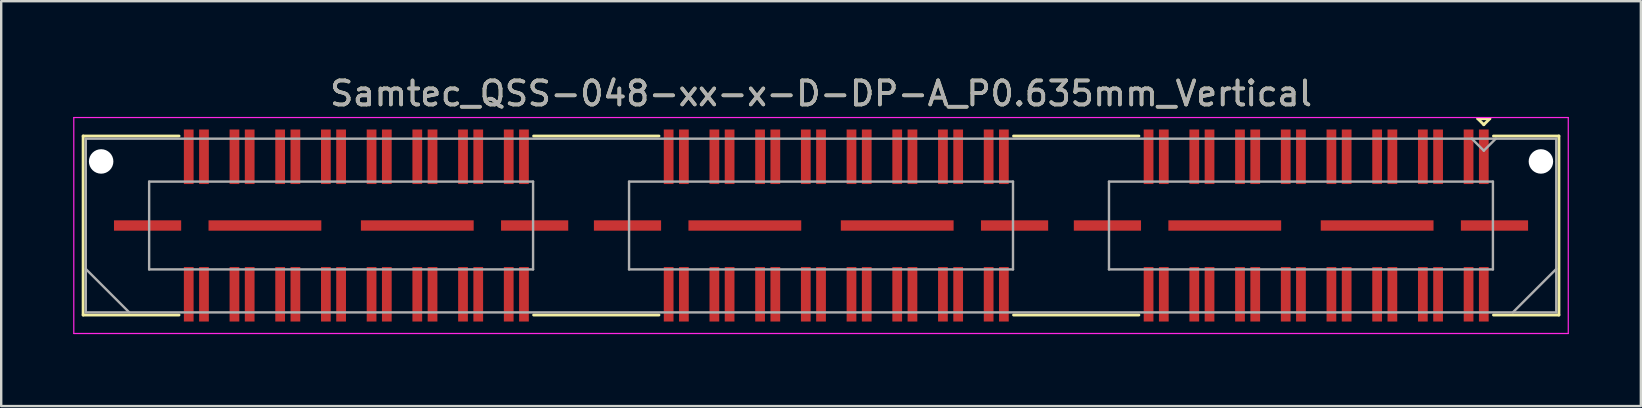
<source format=kicad_pcb>
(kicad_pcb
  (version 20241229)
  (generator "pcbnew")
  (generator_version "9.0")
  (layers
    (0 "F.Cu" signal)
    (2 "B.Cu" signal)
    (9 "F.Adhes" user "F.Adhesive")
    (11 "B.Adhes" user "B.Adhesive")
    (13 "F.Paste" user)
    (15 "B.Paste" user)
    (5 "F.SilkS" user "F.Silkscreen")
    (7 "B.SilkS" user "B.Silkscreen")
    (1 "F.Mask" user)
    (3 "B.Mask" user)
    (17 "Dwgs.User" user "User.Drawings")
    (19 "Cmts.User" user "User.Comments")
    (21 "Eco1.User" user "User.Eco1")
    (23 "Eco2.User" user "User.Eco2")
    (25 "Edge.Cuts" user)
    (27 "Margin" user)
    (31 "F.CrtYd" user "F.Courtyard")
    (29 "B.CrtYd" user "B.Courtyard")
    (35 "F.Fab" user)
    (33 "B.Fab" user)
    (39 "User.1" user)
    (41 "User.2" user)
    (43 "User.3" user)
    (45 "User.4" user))
  (footprint "Samtec_QSS-048-xx-x-D-DP-A_P0.635mm_Vertical"
    (layer "F.Cu")
    (at 31.165 6.348)
    (property "Reference" "Samtec_QSS-048-xx-x-D-DP-A_P0.635mm_Vertical" (at 0 -5.5 0) (layer "F.SilkS") (effects (font (size 1 1) (thickness 0.15))))
    (attr smd)
    (fp_line (start -30.75 -3.73) (end -26.753 -3.73) (stroke (width 0.12) (type solid)) (layer "F.SilkS"))
    (fp_line (start -30.75 3.73) (end -30.75 -3.73) (stroke (width 0.12) (type solid)) (layer "F.SilkS"))
    (fp_line (start -26.753 3.73) (end -30.75 3.73) (stroke (width 0.12) (type solid)) (layer "F.SilkS"))
    (fp_line (start -6.753 -3.73) (end -11.977 -3.73) (stroke (width 0.12) (type solid)) (layer "F.SilkS"))
    (fp_line (start -6.753 3.73) (end -11.977 3.73) (stroke (width 0.12) (type solid)) (layer "F.SilkS"))
    (fp_line (start 13.247 -3.73) (end 8.023 -3.73) (stroke (width 0.12) (type solid)) (layer "F.SilkS"))
    (fp_line (start 13.247 3.73) (end 8.023 3.73) (stroke (width 0.12) (type solid)) (layer "F.SilkS"))
    (fp_line (start 27.37 -4.452) (end 27.87 -4.452) (stroke (width 0.12) (type solid)) (layer "F.SilkS"))
    (fp_line (start 27.62 -4.202) (end 27.37 -4.452) (stroke (width 0.12) (type solid)) (layer "F.SilkS"))
    (fp_line (start 27.87 -4.452) (end 27.62 -4.202) (stroke (width 0.12) (type solid)) (layer "F.SilkS"))
    (fp_line (start 28.023 3.73) (end 30.75 3.73) (stroke (width 0.12) (type solid)) (layer "F.SilkS"))
    (fp_line (start 30.75 -3.73) (end 28.023 -3.73) (stroke (width 0.12) (type solid)) (layer "F.SilkS"))
    (fp_line (start 30.75 3.73) (end 30.75 -3.73) (stroke (width 0.12) (type solid)) (layer "F.SilkS"))
    (fp_line (start -31.14 -4.5) (end -31.14 4.5) (stroke (width 0.05) (type solid)) (layer "F.CrtYd"))
    (fp_line (start -31.14 4.5) (end 31.14 4.5) (stroke (width 0.05) (type solid)) (layer "F.CrtYd"))
    (fp_line (start 31.14 -4.5) (end -31.14 -4.5) (stroke (width 0.05) (type solid)) (layer "F.CrtYd"))
    (fp_line (start 31.14 4.5) (end 31.14 -4.5) (stroke (width 0.05) (type solid)) (layer "F.CrtYd"))
    (fp_line (start -30.64 -3.62) (end -30.64 3.62) (stroke (width 0.1) (type solid)) (layer "F.Fab"))
    (fp_line (start -30.64 1.81) (end -28.83 3.62) (stroke (width 0.1) (type solid)) (layer "F.Fab"))
    (fp_line (start -30.64 3.62) (end 30.64 3.62) (stroke (width 0.1) (type solid)) (layer "F.Fab"))
    (fp_line (start -28 -1.83) (end -28 1.83) (stroke (width 0.1) (type solid)) (layer "F.Fab"))
    (fp_line (start -28 1.83) (end -12 1.83) (stroke (width 0.1) (type solid)) (layer "F.Fab"))
    (fp_line (start -12 -1.83) (end -28 -1.83) (stroke (width 0.1) (type solid)) (layer "F.Fab"))
    (fp_line (start -12 1.83) (end -12 -1.83) (stroke (width 0.1) (type solid)) (layer "F.Fab"))
    (fp_line (start -8 -1.83) (end -8 1.83) (stroke (width 0.1) (type solid)) (layer "F.Fab"))
    (fp_line (start -8 1.83) (end 8 1.83) (stroke (width 0.1) (type solid)) (layer "F.Fab"))
    (fp_line (start 8 -1.83) (end -8 -1.83) (stroke (width 0.1) (type solid)) (layer "F.Fab"))
    (fp_line (start 8 1.83) (end 8 -1.83) (stroke (width 0.1) (type solid)) (layer "F.Fab"))
    (fp_line (start 12 -1.83) (end 12 1.83) (stroke (width 0.1) (type solid)) (layer "F.Fab"))
    (fp_line (start 12 1.83) (end 28 1.83) (stroke (width 0.1) (type solid)) (layer "F.Fab"))
    (fp_line (start 27.62 -3.12) (end 27.12 -3.62) (stroke (width 0.1) (type solid)) (layer "F.Fab"))
    (fp_line (start 28 -1.83) (end 12 -1.83) (stroke (width 0.1) (type solid)) (layer "F.Fab"))
    (fp_line (start 28 1.83) (end 28 -1.83) (stroke (width 0.1) (type solid)) (layer "F.Fab"))
    (fp_line (start 28.12 -3.62) (end 27.62 -3.12) (stroke (width 0.1) (type solid)) (layer "F.Fab"))
    (fp_line (start 30.64 -3.62) (end -30.64 -3.62) (stroke (width 0.1) (type solid)) (layer "F.Fab"))
    (fp_line (start 30.64 1.81) (end 28.83 3.62) (stroke (width 0.1) (type solid)) (layer "F.Fab"))
    (fp_line (start 30.64 3.62) (end 30.64 -3.62) (stroke (width 0.1) (type solid)) (layer "F.Fab"))
    (fp_text user "${REFERENCE}" (at 0 -5.5 0) (layer "F.Fab") (effects (font (size 1 1) (thickness 0.15))))
    (pad "" np_thru_hole circle (at -30 -2.67) (size 1.02 1.02) (drill 1.02) (layers "*.Cu" "*.Mask"))
    (pad "" np_thru_hole circle (at 30 -2.67) (size 1.02 1.02) (drill 1.02) (layers "*.Cu" "*.Mask"))
    (pad "1" smd rect (at 27.62 -2.865) (size 0.406 2.273) (layers "F.Cu" "F.Mask" "F.Paste"))
    (pad "2" smd rect (at 27.62 2.865) (size 0.406 2.273) (layers "F.Cu" "F.Mask" "F.Paste"))
    (pad "3" smd rect (at 26.985 -2.865) (size 0.406 2.273) (layers "F.Cu" "F.Mask" "F.Paste"))
    (pad "4" smd rect (at 26.985 2.865) (size 0.406 2.273) (layers "F.Cu" "F.Mask" "F.Paste"))
    (pad "5" smd rect (at 25.715 -2.865) (size 0.406 2.273) (layers "F.Cu" "F.Mask" "F.Paste"))
    (pad "6" smd rect (at 25.715 2.865) (size 0.406 2.273) (layers "F.Cu" "F.Mask" "F.Paste"))
    (pad "7" smd rect (at 25.08 -2.865) (size 0.406 2.273) (layers "F.Cu" "F.Mask" "F.Paste"))
    (pad "8" smd rect (at 25.08 2.865) (size 0.406 2.273) (layers "F.Cu" "F.Mask" "F.Paste"))
    (pad "9" smd rect (at 23.81 -2.865) (size 0.406 2.273) (layers "F.Cu" "F.Mask" "F.Paste"))
    (pad "10" smd rect (at 23.81 2.865) (size 0.406 2.273) (layers "F.Cu" "F.Mask" "F.Paste"))
    (pad "11" smd rect (at 23.175 -2.865) (size 0.406 2.273) (layers "F.Cu" "F.Mask" "F.Paste"))
    (pad "12" smd rect (at 23.175 2.865) (size 0.406 2.273) (layers "F.Cu" "F.Mask" "F.Paste"))
    (pad "13" smd rect (at 21.905 -2.865) (size 0.406 2.273) (layers "F.Cu" "F.Mask" "F.Paste"))
    (pad "14" smd rect (at 21.905 2.865) (size 0.406 2.273) (layers "F.Cu" "F.Mask" "F.Paste"))
    (pad "15" smd rect (at 21.27 -2.865) (size 0.406 2.273) (layers "F.Cu" "F.Mask" "F.Paste"))
    (pad "16" smd rect (at 21.27 2.865) (size 0.406 2.273) (layers "F.Cu" "F.Mask" "F.Paste"))
    (pad "17" smd rect (at 20 -2.865) (size 0.406 2.273) (layers "F.Cu" "F.Mask" "F.Paste"))
    (pad "18" smd rect (at 20 2.865) (size 0.406 2.273) (layers "F.Cu" "F.Mask" "F.Paste"))
    (pad "19" smd rect (at 19.365 -2.865) (size 0.406 2.273) (layers "F.Cu" "F.Mask" "F.Paste"))
    (pad "20" smd rect (at 19.365 2.865) (size 0.406 2.273) (layers "F.Cu" "F.Mask" "F.Paste"))
    (pad "21" smd rect (at 18.095 -2.865) (size 0.406 2.273) (layers "F.Cu" "F.Mask" "F.Paste"))
    (pad "22" smd rect (at 18.095 2.865) (size 0.406 2.273) (layers "F.Cu" "F.Mask" "F.Paste"))
    (pad "23" smd rect (at 17.46 -2.865) (size 0.406 2.273) (layers "F.Cu" "F.Mask" "F.Paste"))
    (pad "24" smd rect (at 17.46 2.865) (size 0.406 2.273) (layers "F.Cu" "F.Mask" "F.Paste"))
    (pad "25" smd rect (at 16.19 -2.865) (size 0.406 2.273) (layers "F.Cu" "F.Mask" "F.Paste"))
    (pad "26" smd rect (at 16.19 2.865) (size 0.406 2.273) (layers "F.Cu" "F.Mask" "F.Paste"))
    (pad "27" smd rect (at 15.555 -2.865) (size 0.406 2.273) (layers "F.Cu" "F.Mask" "F.Paste"))
    (pad "28" smd rect (at 15.555 2.865) (size 0.406 2.273) (layers "F.Cu" "F.Mask" "F.Paste"))
    (pad "29" smd rect (at 14.285 -2.865) (size 0.406 2.273) (layers "F.Cu" "F.Mask" "F.Paste"))
    (pad "30" smd rect (at 14.285 2.865) (size 0.406 2.273) (layers "F.Cu" "F.Mask" "F.Paste"))
    (pad "31" smd rect (at 13.65 -2.865) (size 0.406 2.273) (layers "F.Cu" "F.Mask" "F.Paste"))
    (pad "32" smd rect (at 13.65 2.865) (size 0.406 2.273) (layers "F.Cu" "F.Mask" "F.Paste"))
    (pad "33" smd rect (at 7.62 -2.865) (size 0.406 2.273) (layers "F.Cu" "F.Mask" "F.Paste"))
    (pad "34" smd rect (at 7.62 2.865) (size 0.406 2.273) (layers "F.Cu" "F.Mask" "F.Paste"))
    (pad "35" smd rect (at 6.985 -2.865) (size 0.406 2.273) (layers "F.Cu" "F.Mask" "F.Paste"))
    (pad "36" smd rect (at 6.985 2.865) (size 0.406 2.273) (layers "F.Cu" "F.Mask" "F.Paste"))
    (pad "37" smd rect (at 5.715 -2.865) (size 0.406 2.273) (layers "F.Cu" "F.Mask" "F.Paste"))
    (pad "38" smd rect (at 5.715 2.865) (size 0.406 2.273) (layers "F.Cu" "F.Mask" "F.Paste"))
    (pad "39" smd rect (at 5.08 -2.865) (size 0.406 2.273) (layers "F.Cu" "F.Mask" "F.Paste"))
    (pad "40" smd rect (at 5.08 2.865) (size 0.406 2.273) (layers "F.Cu" "F.Mask" "F.Paste"))
    (pad "41" smd rect (at 3.81 -2.865) (size 0.406 2.273) (layers "F.Cu" "F.Mask" "F.Paste"))
    (pad "42" smd rect (at 3.81 2.865) (size 0.406 2.273) (layers "F.Cu" "F.Mask" "F.Paste"))
    (pad "43" smd rect (at 3.175 -2.865) (size 0.406 2.273) (layers "F.Cu" "F.Mask" "F.Paste"))
    (pad "44" smd rect (at 3.175 2.865) (size 0.406 2.273) (layers "F.Cu" "F.Mask" "F.Paste"))
    (pad "45" smd rect (at 1.905 -2.865) (size 0.406 2.273) (layers "F.Cu" "F.Mask" "F.Paste"))
    (pad "46" smd rect (at 1.905 2.865) (size 0.406 2.273) (layers "F.Cu" "F.Mask" "F.Paste"))
    (pad "47" smd rect (at 1.27 -2.865) (size 0.406 2.273) (layers "F.Cu" "F.Mask" "F.Paste"))
    (pad "48" smd rect (at 1.27 2.865) (size 0.406 2.273) (layers "F.Cu" "F.Mask" "F.Paste"))
    (pad "49" smd rect (at 0 -2.865) (size 0.406 2.273) (layers "F.Cu" "F.Mask" "F.Paste"))
    (pad "50" smd rect (at 0 2.865) (size 0.406 2.273) (layers "F.Cu" "F.Mask" "F.Paste"))
    (pad "51" smd rect (at -0.635 -2.865) (size 0.406 2.273) (layers "F.Cu" "F.Mask" "F.Paste"))
    (pad "52" smd rect (at -0.635 2.865) (size 0.406 2.273) (layers "F.Cu" "F.Mask" "F.Paste"))
    (pad "53" smd rect (at -1.905 -2.865) (size 0.406 2.273) (layers "F.Cu" "F.Mask" "F.Paste"))
    (pad "54" smd rect (at -1.905 2.865) (size 0.406 2.273) (layers "F.Cu" "F.Mask" "F.Paste"))
    (pad "55" smd rect (at -2.54 -2.865) (size 0.406 2.273) (layers "F.Cu" "F.Mask" "F.Paste"))
    (pad "56" smd rect (at -2.54 2.865) (size 0.406 2.273) (layers "F.Cu" "F.Mask" "F.Paste"))
    (pad "57" smd rect (at -3.81 -2.865) (size 0.406 2.273) (layers "F.Cu" "F.Mask" "F.Paste"))
    (pad "58" smd rect (at -3.81 2.865) (size 0.406 2.273) (layers "F.Cu" "F.Mask" "F.Paste"))
    (pad "59" smd rect (at -4.445 -2.865) (size 0.406 2.273) (layers "F.Cu" "F.Mask" "F.Paste"))
    (pad "60" smd rect (at -4.445 2.865) (size 0.406 2.273) (layers "F.Cu" "F.Mask" "F.Paste"))
    (pad "61" smd rect (at -5.715 -2.865) (size 0.406 2.273) (layers "F.Cu" "F.Mask" "F.Paste"))
    (pad "62" smd rect (at -5.715 2.865) (size 0.406 2.273) (layers "F.Cu" "F.Mask" "F.Paste"))
    (pad "63" smd rect (at -6.35 -2.865) (size 0.406 2.273) (layers "F.Cu" "F.Mask" "F.Paste"))
    (pad "64" smd rect (at -6.35 2.865) (size 0.406 2.273) (layers "F.Cu" "F.Mask" "F.Paste"))
    (pad "65" smd rect (at -12.38 -2.865) (size 0.406 2.273) (layers "F.Cu" "F.Mask" "F.Paste"))
    (pad "66" smd rect (at -12.38 2.865) (size 0.406 2.273) (layers "F.Cu" "F.Mask" "F.Paste"))
    (pad "67" smd rect (at -13.015 -2.865) (size 0.406 2.273) (layers "F.Cu" "F.Mask" "F.Paste"))
    (pad "68" smd rect (at -13.015 2.865) (size 0.406 2.273) (layers "F.Cu" "F.Mask" "F.Paste"))
    (pad "69" smd rect (at -14.285 -2.865) (size 0.406 2.273) (layers "F.Cu" "F.Mask" "F.Paste"))
    (pad "70" smd rect (at -14.285 2.865) (size 0.406 2.273) (layers "F.Cu" "F.Mask" "F.Paste"))
    (pad "71" smd rect (at -14.92 -2.865) (size 0.406 2.273) (layers "F.Cu" "F.Mask" "F.Paste"))
    (pad "72" smd rect (at -14.92 2.865) (size 0.406 2.273) (layers "F.Cu" "F.Mask" "F.Paste"))
    (pad "73" smd rect (at -16.19 -2.865) (size 0.406 2.273) (layers "F.Cu" "F.Mask" "F.Paste"))
    (pad "74" smd rect (at -16.19 2.865) (size 0.406 2.273) (layers "F.Cu" "F.Mask" "F.Paste"))
    (pad "75" smd rect (at -16.825 -2.865) (size 0.406 2.273) (layers "F.Cu" "F.Mask" "F.Paste"))
    (pad "76" smd rect (at -16.825 2.865) (size 0.406 2.273) (layers "F.Cu" "F.Mask" "F.Paste"))
    (pad "77" smd rect (at -18.095 -2.865) (size 0.406 2.273) (layers "F.Cu" "F.Mask" "F.Paste"))
    (pad "78" smd rect (at -18.095 2.865) (size 0.406 2.273) (layers "F.Cu" "F.Mask" "F.Paste"))
    (pad "79" smd rect (at -18.73 -2.865) (size 0.406 2.273) (layers "F.Cu" "F.Mask" "F.Paste"))
    (pad "80" smd rect (at -18.73 2.865) (size 0.406 2.273) (layers "F.Cu" "F.Mask" "F.Paste"))
    (pad "81" smd rect (at -20 -2.865) (size 0.406 2.273) (layers "F.Cu" "F.Mask" "F.Paste"))
    (pad "82" smd rect (at -20 2.865) (size 0.406 2.273) (layers "F.Cu" "F.Mask" "F.Paste"))
    (pad "83" smd rect (at -20.635 -2.865) (size 0.406 2.273) (layers "F.Cu" "F.Mask" "F.Paste"))
    (pad "84" smd rect (at -20.635 2.865) (size 0.406 2.273) (layers "F.Cu" "F.Mask" "F.Paste"))
    (pad "85" smd rect (at -21.905 -2.865) (size 0.406 2.273) (layers "F.Cu" "F.Mask" "F.Paste"))
    (pad "86" smd rect (at -21.905 2.865) (size 0.406 2.273) (layers "F.Cu" "F.Mask" "F.Paste"))
    (pad "87" smd rect (at -22.54 -2.865) (size 0.406 2.273) (layers "F.Cu" "F.Mask" "F.Paste"))
    (pad "88" smd rect (at -22.54 2.865) (size 0.406 2.273) (layers "F.Cu" "F.Mask" "F.Paste"))
    (pad "89" smd rect (at -23.81 -2.865) (size 0.406 2.273) (layers "F.Cu" "F.Mask" "F.Paste"))
    (pad "90" smd rect (at -23.81 2.865) (size 0.406 2.273) (layers "F.Cu" "F.Mask" "F.Paste"))
    (pad "91" smd rect (at -24.445 -2.865) (size 0.406 2.273) (layers "F.Cu" "F.Mask" "F.Paste"))
    (pad "92" smd rect (at -24.445 2.865) (size 0.406 2.273) (layers "F.Cu" "F.Mask" "F.Paste"))
    (pad "93" smd rect (at -25.715 -2.865) (size 0.406 2.273) (layers "F.Cu" "F.Mask" "F.Paste"))
    (pad "94" smd rect (at -25.715 2.865) (size 0.406 2.273) (layers "F.Cu" "F.Mask" "F.Paste"))
    (pad "95" smd rect (at -26.35 -2.865) (size 0.406 2.273) (layers "F.Cu" "F.Mask" "F.Paste"))
    (pad "96" smd rect (at -26.35 2.865) (size 0.406 2.273) (layers "F.Cu" "F.Mask" "F.Paste"))
    (pad "P1" smd rect (at 11.935 0) (size 2.8 0.432) (layers "F.Cu" "F.Mask" "F.Paste"))
    (pad "P1" smd rect (at 16.825 0) (size 4.7 0.432) (layers "F.Cu" "F.Mask" "F.Paste"))
    (pad "P1" smd rect (at 23.175 0) (size 4.7 0.432) (layers "F.Cu" "F.Mask" "F.Paste"))
    (pad "P1" smd rect (at 28.065 0) (size 2.8 0.432) (layers "F.Cu" "F.Mask" "F.Paste"))
    (pad "P2" smd rect (at -8.065 0) (size 2.8 0.432) (layers "F.Cu" "F.Mask" "F.Paste"))
    (pad "P2" smd rect (at -3.175 0) (size 4.7 0.432) (layers "F.Cu" "F.Mask" "F.Paste"))
    (pad "P2" smd rect (at 3.175 0) (size 4.7 0.432) (layers "F.Cu" "F.Mask" "F.Paste"))
    (pad "P2" smd rect (at 8.065 0) (size 2.8 0.432) (layers "F.Cu" "F.Mask" "F.Paste"))
    (pad "P3" smd rect (at -28.065 0) (size 2.8 0.432) (layers "F.Cu" "F.Mask" "F.Paste"))
    (pad "P3" smd rect (at -23.175 0) (size 4.7 0.432) (layers "F.Cu" "F.Mask" "F.Paste"))
    (pad "P3" smd rect (at -16.825 0) (size 4.7 0.432) (layers "F.Cu" "F.Mask" "F.Paste"))
    (pad "P3" smd rect (at -11.935 0) (size 2.8 0.432) (layers "F.Cu" "F.Mask" "F.Paste")))
  (gr_rect
    (start -3 -3)
    (end 65.33 13.873)
    (stroke (width 0.1) (type default))
    (fill no)
    (layer "Edge.Cuts")))
</source>
